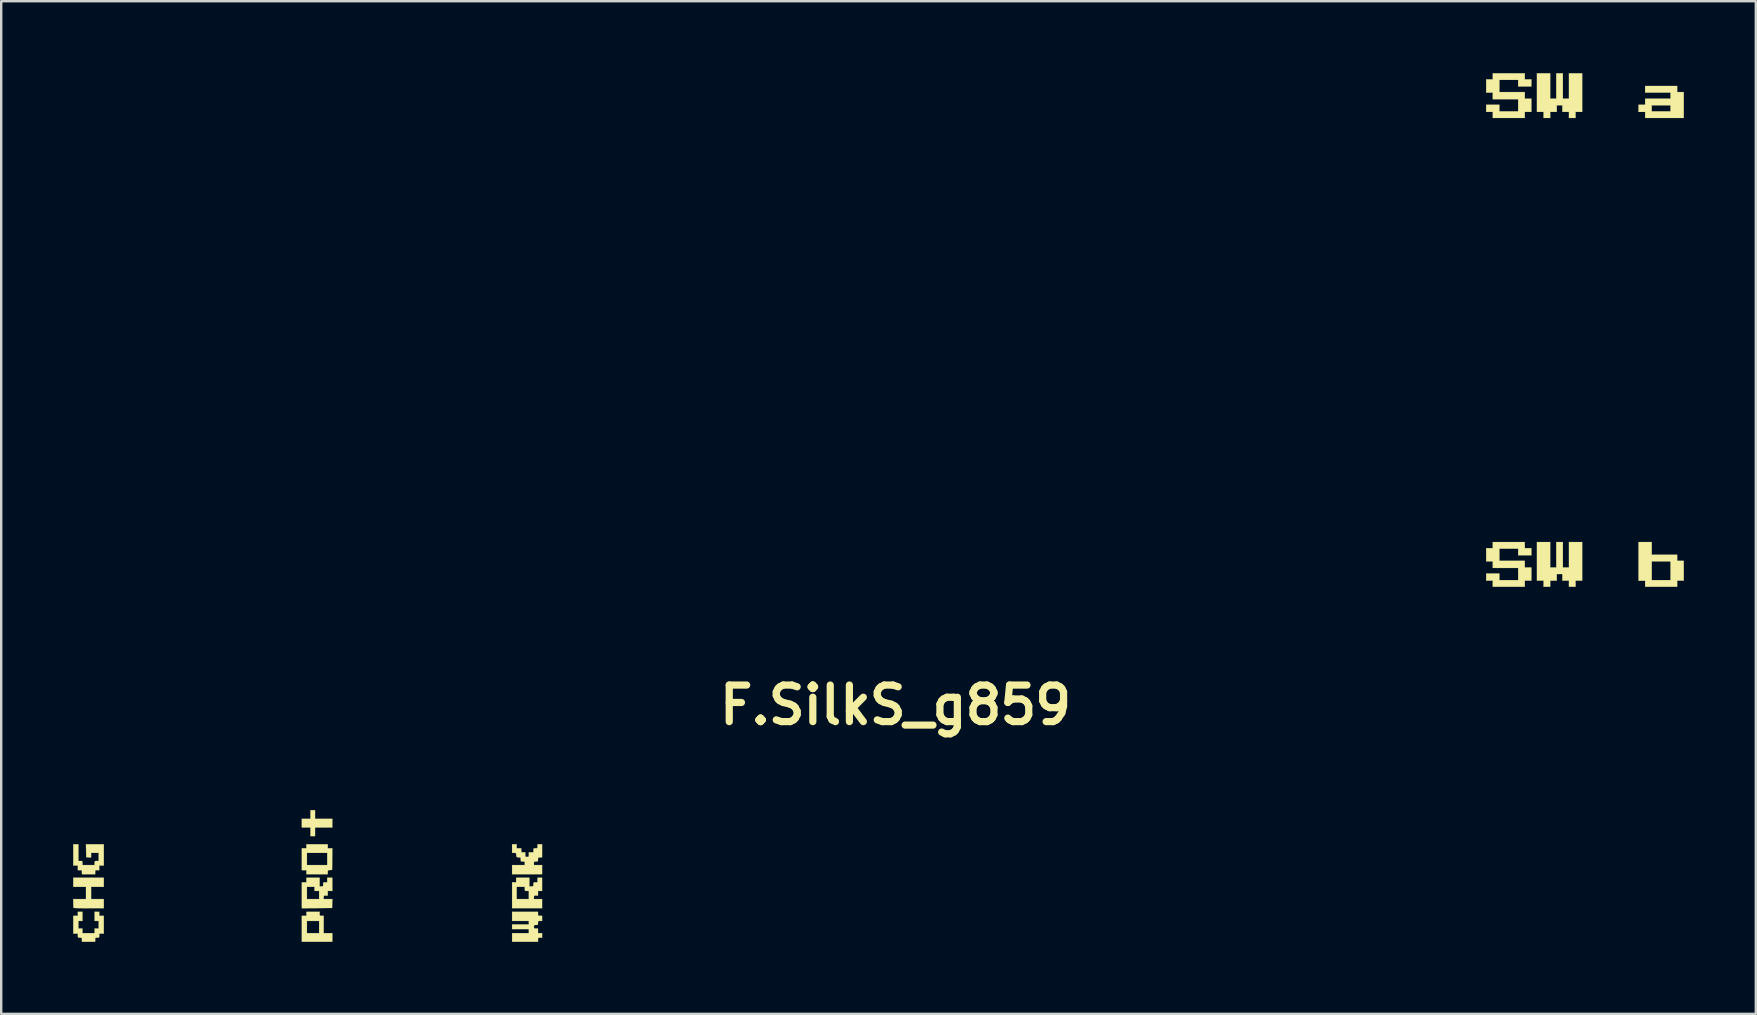
<source format=kicad_pcb>
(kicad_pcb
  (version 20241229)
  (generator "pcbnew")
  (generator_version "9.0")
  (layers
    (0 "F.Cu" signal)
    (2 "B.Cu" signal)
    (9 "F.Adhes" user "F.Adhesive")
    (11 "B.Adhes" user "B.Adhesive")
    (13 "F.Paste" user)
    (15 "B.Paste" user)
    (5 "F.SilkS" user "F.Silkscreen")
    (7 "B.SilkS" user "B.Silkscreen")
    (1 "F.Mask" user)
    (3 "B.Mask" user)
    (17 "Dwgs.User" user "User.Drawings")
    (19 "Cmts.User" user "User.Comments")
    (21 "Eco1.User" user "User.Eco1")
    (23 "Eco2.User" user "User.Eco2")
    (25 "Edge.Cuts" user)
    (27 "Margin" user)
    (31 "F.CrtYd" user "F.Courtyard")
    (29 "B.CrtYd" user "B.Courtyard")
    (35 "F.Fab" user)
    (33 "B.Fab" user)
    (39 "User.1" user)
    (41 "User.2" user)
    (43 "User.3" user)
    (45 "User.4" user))
  (footprint "F.SilkS_g859"
    (layer "F.Cu")
    (at 34.274 26.336)
    (property "Reference" "F.SilkS_g859" (at 0 0 0) (layer "F.SilkS") (effects (font (size 1.524 1.524) (thickness 0.3))))
    (attr through_hole)
    (fp_poly (pts (xy -24.194 4.741) (xy -23.474 4.741) (xy -23.474 5.101) (xy -24.194 5.101) (xy -24.194 5.461) (xy -24.384 5.461) (xy -24.384 5.101) (xy -24.744 5.101) (xy -24.744 4.741) (xy -24.384 4.741) (xy -24.384 4.381) (xy -24.194 4.381) (xy -24.194 4.741)) (stroke (width 0.01) (type solid)) (fill yes) (layer "F.SilkS"))
    (fp_poly (pts (xy 31.517 -6.265) (xy 32.575 -6.265) (xy 32.575 -6.011) (xy 32.851 -6.011) (xy 32.851 -5.186) (xy 32.575 -5.186) (xy 32.575 -4.932) (xy 31.242 -4.932) (xy 31.242 -5.186) (xy 30.967 -5.186) (xy 30.967 -5.99) (xy 31.517 -5.99) (xy 31.517 -5.207) (xy 32.3 -5.207) (xy 32.3 -5.99) (xy 31.517 -5.99) (xy 30.967 -5.99) (xy 30.967 -6.795) (xy 31.517 -6.795) (xy 31.517 -6.265)) (stroke (width 0.01) (type solid)) (fill yes) (layer "F.SilkS"))
    (fp_poly (pts (xy -24.003 8.7) (xy -24.001 8.754) (xy -23.987 8.778) (xy -23.948 8.784) (xy -23.918 8.784) (xy -23.834 8.784) (xy -23.834 9.504) (xy -23.474 9.504) (xy -23.474 9.864) (xy -24.744 9.864) (xy -24.744 8.996) (xy -24.532 8.996) (xy -24.532 9.504) (xy -24.024 9.504) (xy -24.024 8.996) (xy -24.532 8.996) (xy -24.744 8.996) (xy -24.744 8.784) (xy -24.553 8.784) (xy -24.553 8.615) (xy -24.003 8.615) (xy -24.003 8.7)) (stroke (width 0.01) (type solid)) (fill yes) (layer "F.SilkS"))
    (fp_poly (pts (xy 32.575 -25.548) (xy 32.851 -25.548) (xy 32.851 -24.469) (xy 31.242 -24.469) (xy 31.242 -24.723) (xy 30.967 -24.723) (xy 30.967 -24.998) (xy 31.517 -24.998) (xy 31.517 -24.744) (xy 32.3 -24.744) (xy 32.3 -24.998) (xy 31.517 -24.998) (xy 30.967 -24.998) (xy 30.967 -25.019) (xy 31.242 -25.019) (xy 31.242 -25.273) (xy 32.3 -25.273) (xy 32.3 -25.527) (xy 31.242 -25.527) (xy 31.242 -25.802) (xy 32.575 -25.802) (xy 32.575 -25.548)) (stroke (width 0.01) (type solid)) (fill yes) (layer "F.SilkS"))
    (fp_poly (pts (xy -32.999 7.578) (xy -33.528 7.578) (xy -33.528 8.086) (xy -32.999 8.086) (xy -32.999 8.467) (xy -33.62 8.467) (xy -33.778 8.466) (xy -33.922 8.465) (xy -34.047 8.463) (xy -34.147 8.46) (xy -34.217 8.457) (xy -34.252 8.454) (xy -34.255 8.453) (xy -34.261 8.426) (xy -34.266 8.368) (xy -34.269 8.29) (xy -34.269 8.262) (xy -34.269 8.086) (xy -33.74 8.086) (xy -33.74 7.578) (xy -34.269 7.578) (xy -34.269 7.197) (xy -32.999 7.197) (xy -32.999 7.578)) (stroke (width 0.01) (type solid)) (fill yes) (layer "F.SilkS"))
    (fp_poly (pts (xy -23.664 5.969) (xy -23.473 5.969) (xy -23.479 6.419) (xy -23.484 6.869) (xy -23.574 6.875) (xy -23.631 6.881) (xy -23.657 6.896) (xy -23.664 6.932) (xy -23.664 6.965) (xy -23.664 7.048) (xy -24.553 7.048) (xy -24.553 6.879) (xy -24.744 6.879) (xy -24.744 6.16) (xy -24.532 6.16) (xy -24.532 6.668) (xy -23.686 6.668) (xy -23.686 6.16) (xy -24.532 6.16) (xy -24.744 6.16) (xy -24.744 5.969) (xy -24.553 5.969) (xy -24.553 5.8) (xy -23.664 5.8) (xy -23.664 5.969)) (stroke (width 0.01) (type solid)) (fill yes) (layer "F.SilkS"))
    (fp_poly (pts (xy 27.284 -25.273) (xy 27.538 -25.273) (xy 27.538 -26.331) (xy 27.813 -26.331) (xy 27.813 -25.273) (xy 28.067 -25.273) (xy 28.067 -26.331) (xy 28.617 -26.331) (xy 28.617 -24.723) (xy 28.342 -24.723) (xy 28.342 -24.469) (xy 28.067 -24.469) (xy 28.067 -24.723) (xy 27.792 -24.723) (xy 27.792 -24.998) (xy 27.559 -24.998) (xy 27.559 -24.723) (xy 27.284 -24.723) (xy 27.284 -24.469) (xy 27.009 -24.469) (xy 27.009 -24.723) (xy 26.733 -24.723) (xy 26.733 -26.331) (xy 27.284 -26.331) (xy 27.284 -25.273)) (stroke (width 0.01) (type solid)) (fill yes) (layer "F.SilkS"))
    (fp_poly (pts (xy 27.284 -5.736) (xy 27.538 -5.736) (xy 27.538 -6.795) (xy 27.813 -6.795) (xy 27.813 -5.736) (xy 28.067 -5.736) (xy 28.067 -6.795) (xy 28.617 -6.795) (xy 28.617 -5.186) (xy 28.342 -5.186) (xy 28.342 -4.932) (xy 28.067 -4.932) (xy 28.067 -5.186) (xy 27.792 -5.186) (xy 27.792 -5.461) (xy 27.559 -5.461) (xy 27.559 -5.186) (xy 27.284 -5.186) (xy 27.284 -4.932) (xy 27.009 -4.932) (xy 27.009 -5.186) (xy 26.733 -5.186) (xy 26.733 -6.795) (xy 27.284 -6.795) (xy 27.284 -5.736)) (stroke (width 0.01) (type solid)) (fill yes) (layer "F.SilkS"))
    (fp_poly (pts (xy 26.226 -26.077) (xy 26.501 -26.077) (xy 26.501 -25.781) (xy 25.95 -25.781) (xy 25.95 -26.056) (xy 25.167 -26.056) (xy 25.167 -25.548) (xy 26.226 -25.548) (xy 26.226 -25.273) (xy 26.501 -25.273) (xy 26.501 -24.723) (xy 26.226 -24.723) (xy 26.226 -24.469) (xy 24.892 -24.469) (xy 24.892 -24.723) (xy 24.617 -24.723) (xy 24.617 -25.019) (xy 25.167 -25.019) (xy 25.167 -24.744) (xy 25.95 -24.744) (xy 25.95 -25.252) (xy 24.892 -25.252) (xy 24.892 -25.527) (xy 24.617 -25.527) (xy 24.617 -26.077) (xy 24.892 -26.077) (xy 24.892 -26.331) (xy 26.226 -26.331) (xy 26.226 -26.077)) (stroke (width 0.01) (type solid)) (fill yes) (layer "F.SilkS"))
    (fp_poly (pts (xy 26.226 -6.54) (xy 26.501 -6.54) (xy 26.501 -6.244) (xy 25.95 -6.244) (xy 25.95 -6.519) (xy 25.167 -6.519) (xy 25.167 -6.011) (xy 26.226 -6.011) (xy 26.226 -5.736) (xy 26.501 -5.736) (xy 26.501 -5.186) (xy 26.226 -5.186) (xy 26.226 -4.932) (xy 24.892 -4.932) (xy 24.892 -5.186) (xy 24.617 -5.186) (xy 24.617 -5.482) (xy 25.167 -5.482) (xy 25.167 -5.207) (xy 25.95 -5.207) (xy 25.95 -5.715) (xy 24.892 -5.715) (xy 24.892 -5.99) (xy 24.617 -5.99) (xy 24.617 -6.54) (xy 24.892 -6.54) (xy 24.892 -6.795) (xy 26.226 -6.795) (xy 26.226 -6.54)) (stroke (width 0.01) (type solid)) (fill yes) (layer "F.SilkS"))
    (fp_poly (pts (xy -24.003 7.556) (xy -23.929 7.556) (xy -23.881 7.554) (xy -23.86 7.538) (xy -23.855 7.497) (xy -23.855 7.472) (xy -23.853 7.418) (xy -23.839 7.394) (xy -23.8 7.387) (xy -23.77 7.387) (xy -23.686 7.387) (xy -23.686 7.197) (xy -23.474 7.197) (xy -23.474 7.747) (xy -23.664 7.747) (xy -23.664 7.938) (xy -23.749 7.938) (xy -23.803 7.94) (xy -23.827 7.954) (xy -23.833 7.99) (xy -23.834 8.012) (xy -23.834 8.086) (xy -23.472 8.086) (xy -23.478 8.271) (xy -23.484 8.456) (xy -24.114 8.462) (xy -24.744 8.467) (xy -24.744 7.578) (xy -24.532 7.578) (xy -24.532 8.086) (xy -24.024 8.086) (xy -24.024 7.747) (xy -24.215 7.747) (xy -24.215 7.578) (xy -24.532 7.578) (xy -24.744 7.578) (xy -24.744 7.387) (xy -24.553 7.387) (xy -24.553 7.197) (xy -24.003 7.197) (xy -24.003 7.556)) (stroke (width 0.01) (type solid)) (fill yes) (layer "F.SilkS"))
    (fp_poly (pts (xy -34.057 6.498) (xy -33.972 6.498) (xy -33.918 6.5) (xy -33.894 6.514) (xy -33.888 6.553) (xy -33.888 6.583) (xy -33.888 6.668) (xy -33.38 6.668) (xy -33.38 6.583) (xy -33.378 6.529) (xy -33.364 6.505) (xy -33.325 6.498) (xy -33.295 6.498) (xy -33.211 6.498) (xy -33.211 6.16) (xy -33.528 6.16) (xy -33.528 6.352) (xy -33.629 6.346) (xy -33.729 6.339) (xy -33.741 5.8) (xy -32.999 5.8) (xy -32.999 6.689) (xy -33.189 6.689) (xy -33.189 6.879) (xy -33.274 6.879) (xy -33.328 6.881) (xy -33.352 6.895) (xy -33.358 6.934) (xy -33.359 6.964) (xy -33.359 7.048) (xy -33.909 7.048) (xy -33.909 6.964) (xy -33.911 6.91) (xy -33.925 6.886) (xy -33.964 6.879) (xy -33.994 6.879) (xy -34.078 6.879) (xy -34.078 6.689) (xy -34.269 6.689) (xy -34.269 5.8) (xy -34.057 5.8) (xy -34.057 6.498)) (stroke (width 0.01) (type solid)) (fill yes) (layer "F.SilkS"))
    (fp_poly (pts (xy -33.888 8.996) (xy -34.057 8.996) (xy -34.057 9.313) (xy -33.888 9.313) (xy -33.888 9.504) (xy -33.38 9.504) (xy -33.38 9.313) (xy -33.211 9.313) (xy -33.211 8.996) (xy -33.38 8.996) (xy -33.38 8.615) (xy -33.189 8.615) (xy -33.189 8.784) (xy -32.999 8.784) (xy -32.999 9.525) (xy -33.189 9.525) (xy -33.189 9.61) (xy -33.191 9.664) (xy -33.206 9.688) (xy -33.244 9.694) (xy -33.274 9.694) (xy -33.328 9.696) (xy -33.352 9.711) (xy -33.358 9.749) (xy -33.359 9.779) (xy -33.359 9.864) (xy -33.909 9.864) (xy -33.909 9.779) (xy -33.911 9.725) (xy -33.925 9.701) (xy -33.964 9.695) (xy -33.994 9.694) (xy -34.048 9.692) (xy -34.072 9.678) (xy -34.078 9.639) (xy -34.078 9.61) (xy -34.078 9.525) (xy -34.269 9.525) (xy -34.269 8.784) (xy -34.078 8.784) (xy -34.078 8.615) (xy -33.888 8.615) (xy -33.888 8.996)) (stroke (width 0.01) (type solid)) (fill yes) (layer "F.SilkS"))
    (fp_poly (pts (xy -15.261 7.556) (xy -15.177 7.556) (xy -15.122 7.554) (xy -15.098 7.54) (xy -15.092 7.502) (xy -15.092 7.472) (xy -15.09 7.418) (xy -15.076 7.394) (xy -15.037 7.387) (xy -15.007 7.387) (xy -14.922 7.387) (xy -14.922 7.197) (xy -14.732 7.197) (xy -14.732 7.747) (xy -14.901 7.747) (xy -14.901 7.938) (xy -14.986 7.938) (xy -15.04 7.94) (xy -15.064 7.954) (xy -15.07 7.99) (xy -15.071 8.012) (xy -15.071 8.086) (xy -14.732 8.086) (xy -14.732 8.467) (xy -15.981 8.467) (xy -15.981 7.578) (xy -15.79 7.578) (xy -15.79 8.086) (xy -15.282 8.086) (xy -15.282 7.747) (xy -15.367 7.747) (xy -15.421 7.745) (xy -15.445 7.731) (xy -15.451 7.692) (xy -15.452 7.662) (xy -15.452 7.578) (xy -15.79 7.578) (xy -15.981 7.578) (xy -15.981 7.387) (xy -15.812 7.387) (xy -15.812 7.197) (xy -15.261 7.197) (xy -15.261 7.556)) (stroke (width 0.01) (type solid)) (fill yes) (layer "F.SilkS"))
    (fp_poly (pts (xy -14.901 8.7) (xy -14.899 8.754) (xy -14.885 8.778) (xy -14.846 8.784) (xy -14.817 8.784) (xy -14.732 8.784) (xy -14.732 8.996) (xy -14.817 8.996) (xy -14.871 8.998) (xy -14.895 9.012) (xy -14.901 9.051) (xy -14.901 9.081) (xy -14.903 9.135) (xy -14.918 9.159) (xy -14.956 9.165) (xy -14.986 9.165) (xy -15.04 9.167) (xy -15.064 9.181) (xy -15.07 9.217) (xy -15.071 9.239) (xy -15.068 9.287) (xy -15.052 9.308) (xy -15.011 9.313) (xy -14.986 9.313) (xy -14.901 9.313) (xy -14.901 9.504) (xy -14.732 9.504) (xy -14.732 9.694) (xy -14.817 9.694) (xy -14.871 9.696) (xy -14.895 9.711) (xy -14.901 9.749) (xy -14.901 9.779) (xy -14.901 9.864) (xy -15.981 9.864) (xy -15.981 9.504) (xy -15.282 9.504) (xy -15.282 9.335) (xy -15.981 9.335) (xy -15.981 9.144) (xy -15.282 9.144) (xy -15.282 8.996) (xy -15.981 8.996) (xy -15.981 8.615) (xy -14.901 8.615) (xy -14.901 8.7)) (stroke (width 0.01) (type solid)) (fill yes) (layer "F.SilkS"))
    (fp_poly (pts (xy -15.79 5.969) (xy -15.6 5.969) (xy -15.6 6.054) (xy -15.598 6.108) (xy -15.584 6.132) (xy -15.545 6.138) (xy -15.515 6.138) (xy -15.431 6.138) (xy -15.431 6.234) (xy -15.429 6.292) (xy -15.418 6.32) (xy -15.389 6.328) (xy -15.356 6.329) (xy -15.311 6.327) (xy -15.289 6.313) (xy -15.283 6.276) (xy -15.282 6.234) (xy -15.282 6.138) (xy -15.092 6.138) (xy -15.092 6.054) (xy -15.09 5.999) (xy -15.076 5.975) (xy -15.037 5.969) (xy -15.007 5.969) (xy -14.953 5.967) (xy -14.929 5.953) (xy -14.923 5.914) (xy -14.922 5.884) (xy -14.922 5.8) (xy -14.732 5.8) (xy -14.732 6.35) (xy -14.817 6.35) (xy -14.871 6.352) (xy -14.895 6.366) (xy -14.901 6.405) (xy -14.901 6.435) (xy -14.903 6.489) (xy -14.918 6.513) (xy -14.956 6.519) (xy -14.986 6.519) (xy -15.04 6.522) (xy -15.064 6.535) (xy -15.07 6.572) (xy -15.071 6.593) (xy -15.071 6.668) (xy -14.732 6.668) (xy -14.732 7.048) (xy -15.981 7.048) (xy -15.981 6.668) (xy -15.452 6.668) (xy -15.452 6.593) (xy -15.454 6.546) (xy -15.47 6.525) (xy -15.511 6.519) (xy -15.536 6.519) (xy -15.591 6.517) (xy -15.615 6.503) (xy -15.621 6.465) (xy -15.621 6.436) (xy -15.623 6.383) (xy -15.637 6.358) (xy -15.675 6.349) (xy -15.711 6.346) (xy -15.767 6.34) (xy -15.794 6.324) (xy -15.804 6.285) (xy -15.807 6.249) (xy -15.813 6.193) (xy -15.828 6.167) (xy -15.864 6.16) (xy -15.897 6.16) (xy -15.981 6.16) (xy -15.981 5.8) (xy -15.79 5.8) (xy -15.79 5.969)) (stroke (width 0.01) (type solid)) (fill yes) (layer "F.SilkS")))
  (gr_rect
    (start -3 -3)
    (end 70.129 39.205)
    (stroke (width 0.1) (type default))
    (fill no)
    (layer "Edge.Cuts")))
</source>
